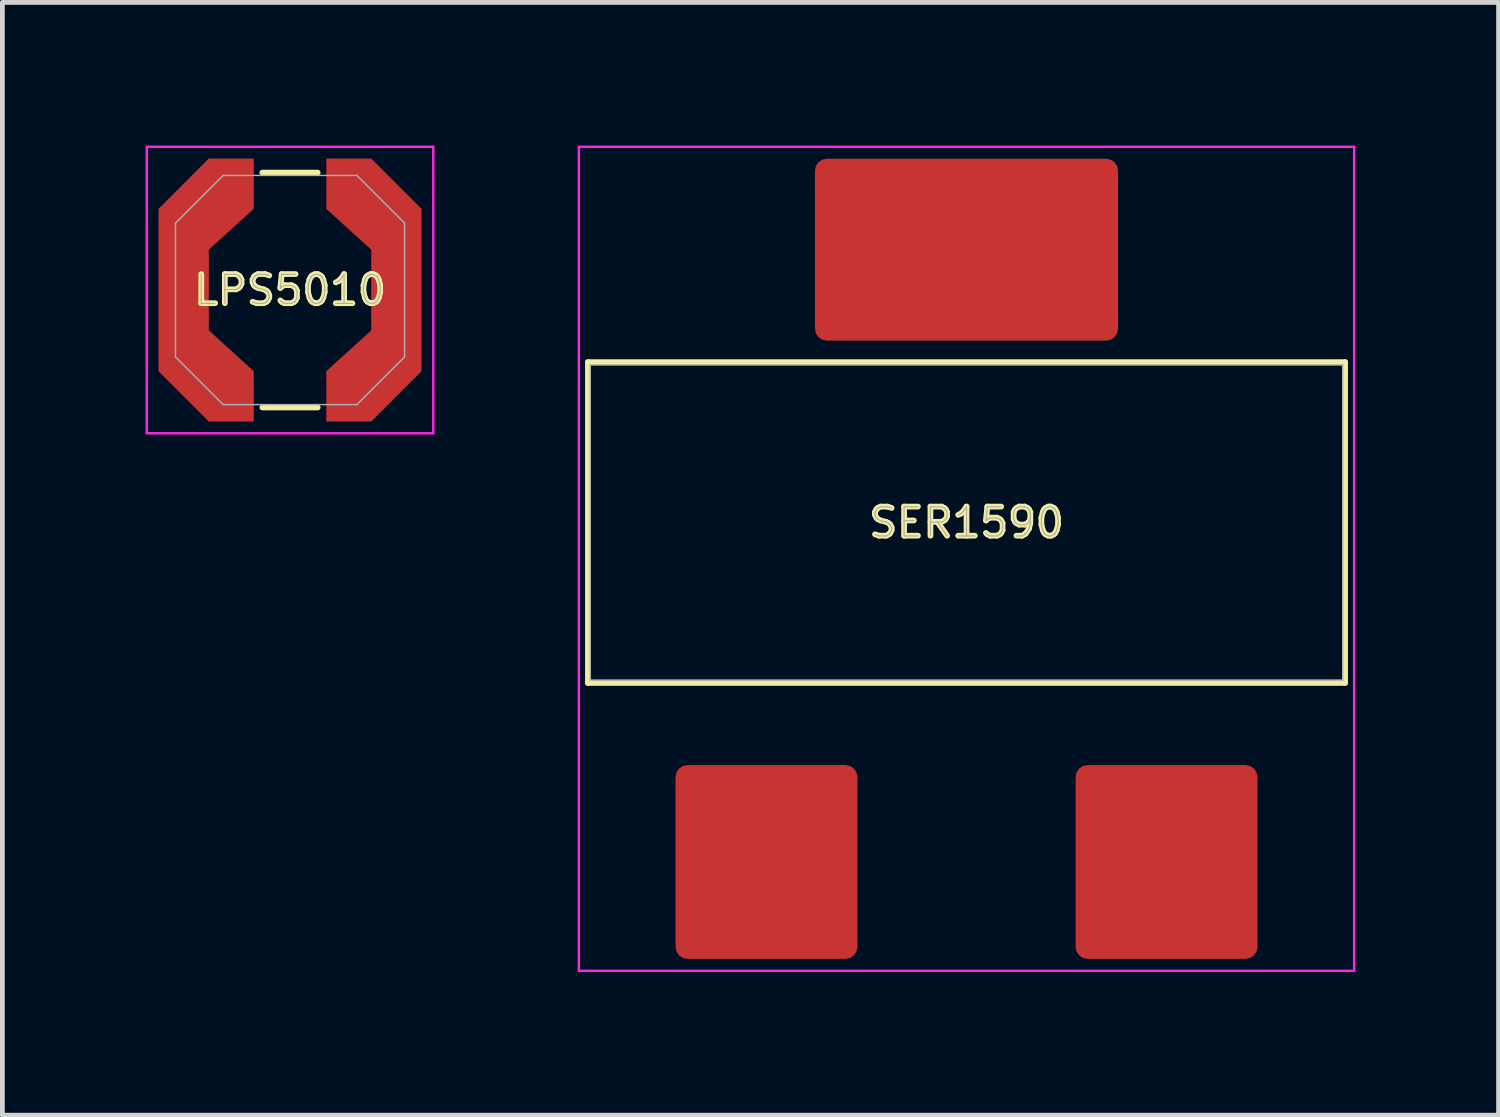
<source format=kicad_pcb>
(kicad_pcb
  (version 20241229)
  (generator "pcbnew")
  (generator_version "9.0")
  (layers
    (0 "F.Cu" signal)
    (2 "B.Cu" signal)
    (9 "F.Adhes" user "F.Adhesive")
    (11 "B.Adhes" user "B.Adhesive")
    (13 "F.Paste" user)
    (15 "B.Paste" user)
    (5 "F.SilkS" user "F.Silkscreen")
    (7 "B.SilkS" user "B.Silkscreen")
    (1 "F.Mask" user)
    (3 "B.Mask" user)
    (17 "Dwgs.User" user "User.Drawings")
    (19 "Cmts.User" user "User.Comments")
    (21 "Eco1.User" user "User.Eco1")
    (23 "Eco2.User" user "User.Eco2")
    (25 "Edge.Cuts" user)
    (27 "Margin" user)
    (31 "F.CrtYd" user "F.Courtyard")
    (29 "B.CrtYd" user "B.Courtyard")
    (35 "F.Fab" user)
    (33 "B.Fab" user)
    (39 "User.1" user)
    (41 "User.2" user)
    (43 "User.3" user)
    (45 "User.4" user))
  (footprint "LPS5010"
    (layer "F.Cu")
    (at 3.025 3.025)
    (property "Reference" "LPS5010" (at 0 0 0) (layer "F.SilkS") (effects (font (size 0.61 0.61) (thickness 0.12))))
    (attr smd)
    (fp_line (start -0.58 2.46) (end 0.58 2.46) (stroke (width 0.12) (type solid)) (layer "F.SilkS"))
    (fp_line (start 0.58 -2.46) (end -0.58 -2.46) (stroke (width 0.12) (type solid)) (layer "F.SilkS"))
    (fp_line (start -3 -3) (end 3 -3) (stroke (width 0.05) (type solid)) (layer "F.CrtYd"))
    (fp_line (start -3 3) (end -3 -3) (stroke (width 0.05) (type solid)) (layer "F.CrtYd"))
    (fp_line (start 3 -3) (end 3 3) (stroke (width 0.05) (type solid)) (layer "F.CrtYd"))
    (fp_line (start 3 3) (end -3 3) (stroke (width 0.05) (type solid)) (layer "F.CrtYd"))
    (fp_line (start -2.4 -1.4) (end -1.4 -2.4) (stroke (width 0.03) (type solid)) (layer "F.Fab"))
    (fp_line (start -2.4 1.4) (end -2.4 -1.4) (stroke (width 0.03) (type solid)) (layer "F.Fab"))
    (fp_line (start -1.4 -2.4) (end 1.4 -2.4) (stroke (width 0.03) (type solid)) (layer "F.Fab"))
    (fp_line (start -1.4 2.4) (end -2.4 1.4) (stroke (width 0.03) (type solid)) (layer "F.Fab"))
    (fp_line (start 1.4 -2.4) (end 2.4 -1.4) (stroke (width 0.03) (type solid)) (layer "F.Fab"))
    (fp_line (start 1.4 2.4) (end -1.4 2.4) (stroke (width 0.03) (type solid)) (layer "F.Fab"))
    (fp_line (start 2.4 -1.4) (end 2.4 1.4) (stroke (width 0.03) (type solid)) (layer "F.Fab"))
    (fp_line (start 2.4 1.4) (end 1.4 2.4) (stroke (width 0.03) (type solid)) (layer "F.Fab"))
    (fp_text user "${REFERENCE}" (at 0 0 0) (layer "F.Fab") (effects (font (size 0.61 0.61) (thickness 0.025))))
    (pad "1" smd custom (at -2.228 0) (size 1.05 1.69) (layers "F.Cu" "F.Mask" "F.Paste") (options (anchor rect)) (primitives (gr_poly (pts (xy 1.468 -2.755) (xy 0.527 -2.755) (xy -0.527 -1.7) (xy -0.527 1.7) (xy 0.527 2.755) (xy 1.468 2.755) (xy 1.468 1.7) (xy 0.527 0.845) (xy 0.527 -0.845) (xy 1.468 -1.7)) (width 0) (fill yes))))
    (pad "2" smd custom (at 2.228 0 180) (size 1.05 1.69) (layers "F.Cu" "F.Mask" "F.Paste") (options (anchor rect)) (primitives (gr_poly (pts (xy 1.468 -2.755) (xy 0.527 -2.755) (xy -0.527 -1.7) (xy -0.527 1.7) (xy 0.527 2.755) (xy 1.468 2.755) (xy 1.468 1.7) (xy 0.527 0.845) (xy 0.527 -0.845) (xy 1.468 -1.7)) (width 0) (fill yes)))))
  (footprint "SER1590"
    (layer "F.Cu")
    (at 17.195 7.895)
    (property "Reference" "SER1590" (at 0 0 0) (layer "F.SilkS") (effects (font (size 0.61 0.61) (thickness 0.12))))
    (attr smd)
    (fp_line (start -7.93 -3.36) (end -7.93 3.36) (stroke (width 0.12) (type solid)) (layer "F.SilkS"))
    (fp_line (start -7.93 3.36) (end 7.93 3.36) (stroke (width 0.12) (type solid)) (layer "F.SilkS"))
    (fp_line (start 7.93 -3.36) (end -7.93 -3.36) (stroke (width 0.12) (type solid)) (layer "F.SilkS"))
    (fp_line (start 7.93 3.36) (end 7.93 -3.36) (stroke (width 0.12) (type solid)) (layer "F.SilkS"))
    (fp_line (start -8.12 -7.87) (end 8.12 -7.87) (stroke (width 0.05) (type solid)) (layer "F.CrtYd"))
    (fp_line (start -8.12 9.39) (end -8.12 -7.87) (stroke (width 0.05) (type solid)) (layer "F.CrtYd"))
    (fp_line (start 8.12 -7.87) (end 8.12 9.39) (stroke (width 0.05) (type solid)) (layer "F.CrtYd"))
    (fp_line (start 8.12 9.39) (end -8.12 9.39) (stroke (width 0.05) (type solid)) (layer "F.CrtYd"))
    (fp_line (start -7.88 -3.3) (end 7.88 -3.3) (stroke (width 0.03) (type solid)) (layer "F.Fab"))
    (fp_line (start -7.88 3.3) (end -7.88 -3.3) (stroke (width 0.03) (type solid)) (layer "F.Fab"))
    (fp_line (start 7.88 -3.3) (end 7.88 3.3) (stroke (width 0.03) (type solid)) (layer "F.Fab"))
    (fp_line (start 7.88 3.3) (end -7.88 3.3) (stroke (width 0.03) (type solid)) (layer "F.Fab"))
    (fp_text user "${REFERENCE}" (at 0 0 0) (layer "F.Fab") (effects (font (size 0.61 0.61) (thickness 0.025))))
    (pad "1" smd roundrect (at -4.19 7.11) (size 3.81 4.06) (layers "F.Cu" "F.Mask" "F.Paste") (roundrect_rratio 0.066))
    (pad "2" smd roundrect (at 4.19 7.11) (size 3.81 4.06) (layers "F.Cu" "F.Mask" "F.Paste") (roundrect_rratio 0.066))
    (pad "3" smd roundrect (at 0 -5.715) (size 6.35 3.81) (layers "F.Cu" "F.Mask" "F.Paste") (roundrect_rratio 0.066)))
  (gr_rect
    (start -3 -3)
    (end 28.34 20.31)
    (stroke (width 0.1) (type default))
    (fill no)
    (layer "Edge.Cuts")))
</source>
